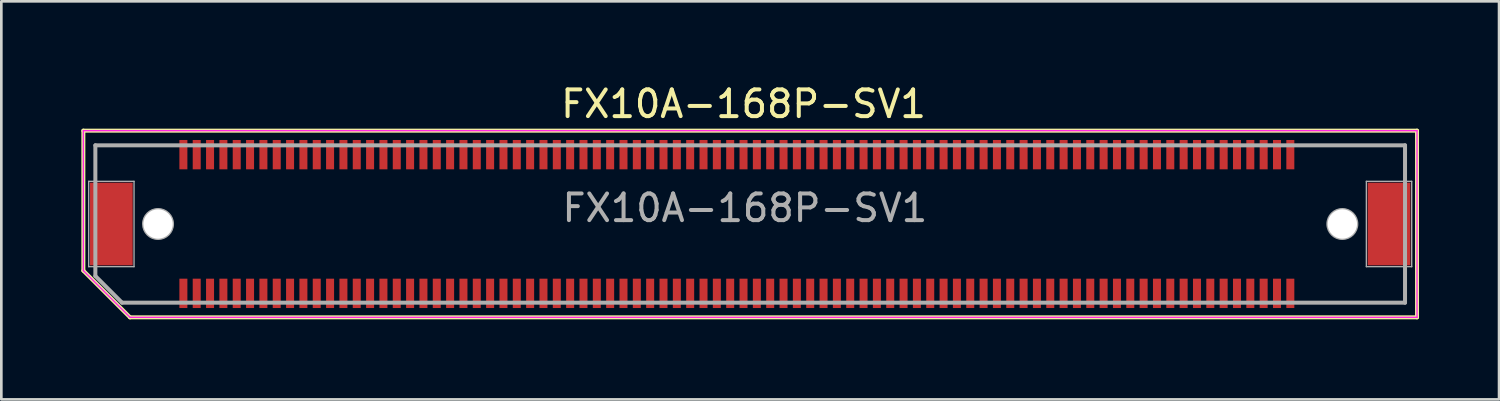
<source format=kicad_pcb>
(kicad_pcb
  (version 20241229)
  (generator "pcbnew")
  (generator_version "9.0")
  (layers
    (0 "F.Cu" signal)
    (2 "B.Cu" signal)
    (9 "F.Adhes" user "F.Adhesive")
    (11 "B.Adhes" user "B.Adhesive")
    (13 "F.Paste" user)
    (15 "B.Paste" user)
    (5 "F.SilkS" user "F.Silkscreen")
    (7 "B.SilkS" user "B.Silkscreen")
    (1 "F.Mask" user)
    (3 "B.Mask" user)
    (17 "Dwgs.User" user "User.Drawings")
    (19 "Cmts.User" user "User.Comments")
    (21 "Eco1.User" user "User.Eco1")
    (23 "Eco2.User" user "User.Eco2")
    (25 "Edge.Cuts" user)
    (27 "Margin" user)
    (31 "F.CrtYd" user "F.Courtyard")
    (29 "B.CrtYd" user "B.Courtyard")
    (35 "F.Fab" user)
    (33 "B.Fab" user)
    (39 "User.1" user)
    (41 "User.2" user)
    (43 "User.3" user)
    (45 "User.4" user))
  (footprint "FX10A-168P-SV1"
    (layer "F.Cu")
    (at 25.075 5.348)
    (property "Reference" "FX10A-168P-SV1" (at -0.25 -4.5 0) (layer "F.SilkS") (effects (font (size 1 1) (thickness 0.15))))
    (attr through_hole)
    (fp_line (start -25 -3.5) (end 25 -3.5) (stroke (width 0.15) (type solid)) (layer "F.SilkS"))
    (fp_line (start -25 1.75) (end -25 -3.5) (stroke (width 0.15) (type solid)) (layer "F.SilkS"))
    (fp_line (start -23.25 3.5) (end -25 1.75) (stroke (width 0.15) (type solid)) (layer "F.SilkS"))
    (fp_line (start 25 -3.5) (end 25 3.5) (stroke (width 0.15) (type solid)) (layer "F.SilkS"))
    (fp_line (start 25 3.5) (end -23.25 3.5) (stroke (width 0.15) (type solid)) (layer "F.SilkS"))
    (fp_line (start -25 -3.5) (end -25 1.75) (stroke (width 0.05) (type solid)) (layer "F.CrtYd"))
    (fp_line (start -25 1.75) (end -23.25 3.5) (stroke (width 0.05) (type solid)) (layer "F.CrtYd"))
    (fp_line (start -23.25 3.5) (end 25 3.5) (stroke (width 0.05) (type solid)) (layer "F.CrtYd"))
    (fp_line (start 25 -3.5) (end -25 -3.5) (stroke (width 0.05) (type solid)) (layer "F.CrtYd"))
    (fp_line (start 25 3.5) (end 25 -3.5) (stroke (width 0.05) (type solid)) (layer "F.CrtYd"))
    (fp_line (start -24.8 -1.6) (end -23.1 -1.6) (stroke (width 0.05) (type solid)) (layer "F.Fab"))
    (fp_line (start -24.8 1.6) (end -24.8 -1.6) (stroke (width 0.05) (type solid)) (layer "F.Fab"))
    (fp_line (start -24.55 -2.95) (end -24.55 1.95) (stroke (width 0.15) (type solid)) (layer "F.Fab"))
    (fp_line (start -24.55 -2.95) (end 24.55 -2.95) (stroke (width 0.15) (type solid)) (layer "F.Fab"))
    (fp_line (start -24.55 1.95) (end -23.55 2.95) (stroke (width 0.15) (type solid)) (layer "F.Fab"))
    (fp_line (start -23.55 2.95) (end 24.55 2.95) (stroke (width 0.15) (type solid)) (layer "F.Fab"))
    (fp_line (start -23.1 -1.6) (end -23.1 1.6) (stroke (width 0.05) (type solid)) (layer "F.Fab"))
    (fp_line (start -23.1 1.6) (end -24.8 1.6) (stroke (width 0.05) (type solid)) (layer "F.Fab"))
    (fp_line (start 23.1 -1.6) (end 24.8 -1.6) (stroke (width 0.05) (type solid)) (layer "F.Fab"))
    (fp_line (start 23.1 1.6) (end 23.1 -1.6) (stroke (width 0.05) (type solid)) (layer "F.Fab"))
    (fp_line (start 24.55 -2.95) (end 24.55 2.95) (stroke (width 0.15) (type solid)) (layer "F.Fab"))
    (fp_line (start 24.8 -1.6) (end 24.8 1.6) (stroke (width 0.05) (type solid)) (layer "F.Fab"))
    (fp_line (start 24.8 1.6) (end 23.1 1.6) (stroke (width 0.05) (type solid)) (layer "F.Fab"))
    (fp_circle (center -22.2 0) (end -22.75 0) (stroke (width 0.1) (type solid)) (fill no) (layer "F.Fab"))
    (fp_circle (center 22.2 0) (end 22.75 0) (stroke (width 0.1) (type solid)) (fill no) (layer "F.Fab"))
    (fp_text user "${REFERENCE}" (at -0.2 -0.6 0) (layer "F.Fab") (effects (font (size 1 1) (thickness 0.15))))
    (pad "" smd rect (at -23.95 0) (size 1.6 3.1) (layers "F.Cu" "F.Mask" "F.Paste"))
    (pad "" np_thru_hole circle (at -22.2 0) (size 1.1 1.1) (drill 1.1) (layers "*.Mask" "F.Cu" "F.SilkS"))
    (pad "" np_thru_hole circle (at 22.2 0) (size 1.1 1.1) (drill 1.1) (layers "*.Mask" "F.Cu" "F.SilkS"))
    (pad "" smd rect (at 23.95 0) (size 1.6 3.1) (layers "F.Cu" "F.Mask" "F.Paste"))
    (pad "A1" smd rect (at -21.25 2.6) (size 0.3 1.1) (layers "F.Cu" "F.Mask" "F.Paste"))
    (pad "A2" smd rect (at -20.75 2.6) (size 0.3 1.1) (layers "F.Cu" "F.Mask" "F.Paste"))
    (pad "A3" smd rect (at -20.25 2.6) (size 0.3 1.1) (layers "F.Cu" "F.Mask" "F.Paste"))
    (pad "A4" smd rect (at -19.75 2.6) (size 0.3 1.1) (layers "F.Cu" "F.Mask" "F.Paste"))
    (pad "A5" smd rect (at -19.25 2.6) (size 0.3 1.1) (layers "F.Cu" "F.Mask" "F.Paste"))
    (pad "A6" smd rect (at -18.75 2.6) (size 0.3 1.1) (layers "F.Cu" "F.Mask" "F.Paste"))
    (pad "A7" smd rect (at -18.25 2.6) (size 0.3 1.1) (layers "F.Cu" "F.Mask" "F.Paste"))
    (pad "A8" smd rect (at -17.75 2.6) (size 0.3 1.1) (layers "F.Cu" "F.Mask" "F.Paste"))
    (pad "A9" smd rect (at -17.25 2.6) (size 0.3 1.1) (layers "F.Cu" "F.Mask" "F.Paste"))
    (pad "A10" smd rect (at -16.75 2.6) (size 0.3 1.1) (layers "F.Cu" "F.Mask" "F.Paste"))
    (pad "A11" smd rect (at -16.25 2.6) (size 0.3 1.1) (layers "F.Cu" "F.Mask" "F.Paste"))
    (pad "A12" smd rect (at -15.75 2.6) (size 0.3 1.1) (layers "F.Cu" "F.Mask" "F.Paste"))
    (pad "A13" smd rect (at -15.25 2.6) (size 0.3 1.1) (layers "F.Cu" "F.Mask" "F.Paste"))
    (pad "A14" smd rect (at -14.75 2.6) (size 0.3 1.1) (layers "F.Cu" "F.Mask" "F.Paste"))
    (pad "A15" smd rect (at -14.25 2.6) (size 0.3 1.1) (layers "F.Cu" "F.Mask" "F.Paste"))
    (pad "A16" smd rect (at -13.75 2.6) (size 0.3 1.1) (layers "F.Cu" "F.Mask" "F.Paste"))
    (pad "A17" smd rect (at -13.25 2.6) (size 0.3 1.1) (layers "F.Cu" "F.Mask" "F.Paste"))
    (pad "A18" smd rect (at -12.75 2.6) (size 0.3 1.1) (layers "F.Cu" "F.Mask" "F.Paste"))
    (pad "A19" smd rect (at -12.25 2.6) (size 0.3 1.1) (layers "F.Cu" "F.Mask" "F.Paste"))
    (pad "A20" smd rect (at -11.75 2.6) (size 0.3 1.1) (layers "F.Cu" "F.Mask" "F.Paste"))
    (pad "A21" smd rect (at -11.25 2.6) (size 0.3 1.1) (layers "F.Cu" "F.Mask" "F.Paste"))
    (pad "A22" smd rect (at -10.75 2.6) (size 0.3 1.1) (layers "F.Cu" "F.Mask" "F.Paste"))
    (pad "A23" smd rect (at -10.25 2.6) (size 0.3 1.1) (layers "F.Cu" "F.Mask" "F.Paste"))
    (pad "A24" smd rect (at -9.75 2.6) (size 0.3 1.1) (layers "F.Cu" "F.Mask" "F.Paste"))
    (pad "A25" smd rect (at -9.25 2.6) (size 0.3 1.1) (layers "F.Cu" "F.Mask" "F.Paste"))
    (pad "A26" smd rect (at -8.75 2.6) (size 0.3 1.1) (layers "F.Cu" "F.Mask" "F.Paste"))
    (pad "A27" smd rect (at -8.25 2.6) (size 0.3 1.1) (layers "F.Cu" "F.Mask" "F.Paste"))
    (pad "A28" smd rect (at -7.75 2.6) (size 0.3 1.1) (layers "F.Cu" "F.Mask" "F.Paste"))
    (pad "A29" smd rect (at -7.25 2.6) (size 0.3 1.1) (layers "F.Cu" "F.Mask" "F.Paste"))
    (pad "A30" smd rect (at -6.75 2.6) (size 0.3 1.1) (layers "F.Cu" "F.Mask" "F.Paste"))
    (pad "A31" smd rect (at -6.25 2.6) (size 0.3 1.1) (layers "F.Cu" "F.Mask" "F.Paste"))
    (pad "A32" smd rect (at -5.75 2.6) (size 0.3 1.1) (layers "F.Cu" "F.Mask" "F.Paste"))
    (pad "A33" smd rect (at -5.25 2.6) (size 0.3 1.1) (layers "F.Cu" "F.Mask" "F.Paste"))
    (pad "A34" smd rect (at -4.75 2.6) (size 0.3 1.1) (layers "F.Cu" "F.Mask" "F.Paste"))
    (pad "A35" smd rect (at -4.25 2.6) (size 0.3 1.1) (layers "F.Cu" "F.Mask" "F.Paste"))
    (pad "A36" smd rect (at -3.75 2.6) (size 0.3 1.1) (layers "F.Cu" "F.Mask" "F.Paste"))
    (pad "A37" smd rect (at -3.25 2.6) (size 0.3 1.1) (layers "F.Cu" "F.Mask" "F.Paste"))
    (pad "A38" smd rect (at -2.75 2.6) (size 0.3 1.1) (layers "F.Cu" "F.Mask" "F.Paste"))
    (pad "A39" smd rect (at -2.25 2.6) (size 0.3 1.1) (layers "F.Cu" "F.Mask" "F.Paste"))
    (pad "A40" smd rect (at -1.75 2.6) (size 0.3 1.1) (layers "F.Cu" "F.Mask" "F.Paste"))
    (pad "A41" smd rect (at -1.25 2.6) (size 0.3 1.1) (layers "F.Cu" "F.Mask" "F.Paste"))
    (pad "A42" smd rect (at -0.75 2.6) (size 0.3 1.1) (layers "F.Cu" "F.Mask" "F.Paste"))
    (pad "A43" smd rect (at -0.25 2.6) (size 0.3 1.1) (layers "F.Cu" "F.Mask" "F.Paste"))
    (pad "A44" smd rect (at 0.25 2.6) (size 0.3 1.1) (layers "F.Cu" "F.Mask" "F.Paste"))
    (pad "A45" smd rect (at 0.75 2.6) (size 0.3 1.1) (layers "F.Cu" "F.Mask" "F.Paste"))
    (pad "A46" smd rect (at 1.25 2.6) (size 0.3 1.1) (layers "F.Cu" "F.Mask" "F.Paste"))
    (pad "A47" smd rect (at 1.75 2.6) (size 0.3 1.1) (layers "F.Cu" "F.Mask" "F.Paste"))
    (pad "A48" smd rect (at 2.25 2.6) (size 0.3 1.1) (layers "F.Cu" "F.Mask" "F.Paste"))
    (pad "A49" smd rect (at 2.75 2.6) (size 0.3 1.1) (layers "F.Cu" "F.Mask" "F.Paste"))
    (pad "A50" smd rect (at 3.25 2.6) (size 0.3 1.1) (layers "F.Cu" "F.Mask" "F.Paste"))
    (pad "A51" smd rect (at 3.75 2.6) (size 0.3 1.1) (layers "F.Cu" "F.Mask" "F.Paste"))
    (pad "A52" smd rect (at 4.25 2.6) (size 0.3 1.1) (layers "F.Cu" "F.Mask" "F.Paste"))
    (pad "A53" smd rect (at 4.75 2.6) (size 0.3 1.1) (layers "F.Cu" "F.Mask" "F.Paste"))
    (pad "A54" smd rect (at 5.25 2.6) (size 0.3 1.1) (layers "F.Cu" "F.Mask" "F.Paste"))
    (pad "A55" smd rect (at 5.75 2.6) (size 0.3 1.1) (layers "F.Cu" "F.Mask" "F.Paste"))
    (pad "A56" smd rect (at 6.25 2.6) (size 0.3 1.1) (layers "F.Cu" "F.Mask" "F.Paste"))
    (pad "A57" smd rect (at 6.75 2.6) (size 0.3 1.1) (layers "F.Cu" "F.Mask" "F.Paste"))
    (pad "A58" smd rect (at 7.25 2.6) (size 0.3 1.1) (layers "F.Cu" "F.Mask" "F.Paste"))
    (pad "A59" smd rect (at 7.75 2.6) (size 0.3 1.1) (layers "F.Cu" "F.Mask" "F.Paste"))
    (pad "A60" smd rect (at 8.25 2.6) (size 0.3 1.1) (layers "F.Cu" "F.Mask" "F.Paste"))
    (pad "A61" smd rect (at 8.75 2.6) (size 0.3 1.1) (layers "F.Cu" "F.Mask" "F.Paste"))
    (pad "A62" smd rect (at 9.25 2.6) (size 0.3 1.1) (layers "F.Cu" "F.Mask" "F.Paste"))
    (pad "A63" smd rect (at 9.75 2.6) (size 0.3 1.1) (layers "F.Cu" "F.Mask" "F.Paste"))
    (pad "A64" smd rect (at 10.25 2.6) (size 0.3 1.1) (layers "F.Cu" "F.Mask" "F.Paste"))
    (pad "A65" smd rect (at 10.75 2.6) (size 0.3 1.1) (layers "F.Cu" "F.Mask" "F.Paste"))
    (pad "A66" smd rect (at 11.25 2.6) (size 0.3 1.1) (layers "F.Cu" "F.Mask" "F.Paste"))
    (pad "A67" smd rect (at 11.75 2.6) (size 0.3 1.1) (layers "F.Cu" "F.Mask" "F.Paste"))
    (pad "A68" smd rect (at 12.25 2.6) (size 0.3 1.1) (layers "F.Cu" "F.Mask" "F.Paste"))
    (pad "A69" smd rect (at 12.75 2.6) (size 0.3 1.1) (layers "F.Cu" "F.Mask" "F.Paste"))
    (pad "A70" smd rect (at 13.25 2.6) (size 0.3 1.1) (layers "F.Cu" "F.Mask" "F.Paste"))
    (pad "A71" smd rect (at 13.75 2.6) (size 0.3 1.1) (layers "F.Cu" "F.Mask" "F.Paste"))
    (pad "A72" smd rect (at 14.25 2.6) (size 0.3 1.1) (layers "F.Cu" "F.Mask" "F.Paste"))
    (pad "A73" smd rect (at 14.75 2.6) (size 0.3 1.1) (layers "F.Cu" "F.Mask" "F.Paste"))
    (pad "A74" smd rect (at 15.25 2.6) (size 0.3 1.1) (layers "F.Cu" "F.Mask" "F.Paste"))
    (pad "A75" smd rect (at 15.75 2.6) (size 0.3 1.1) (layers "F.Cu" "F.Mask" "F.Paste"))
    (pad "A76" smd rect (at 16.25 2.6) (size 0.3 1.1) (layers "F.Cu" "F.Mask" "F.Paste"))
    (pad "A77" smd rect (at 16.75 2.6) (size 0.3 1.1) (layers "F.Cu" "F.Mask" "F.Paste"))
    (pad "A78" smd rect (at 17.25 2.6) (size 0.3 1.1) (layers "F.Cu" "F.Mask" "F.Paste"))
    (pad "A79" smd rect (at 17.75 2.6) (size 0.3 1.1) (layers "F.Cu" "F.Mask" "F.Paste"))
    (pad "A80" smd rect (at 18.25 2.6) (size 0.3 1.1) (layers "F.Cu" "F.Mask" "F.Paste"))
    (pad "A81" smd rect (at 18.75 2.6) (size 0.3 1.1) (layers "F.Cu" "F.Mask" "F.Paste"))
    (pad "A82" smd rect (at 19.25 2.6) (size 0.3 1.1) (layers "F.Cu" "F.Mask" "F.Paste"))
    (pad "A83" smd rect (at 19.75 2.6) (size 0.3 1.1) (layers "F.Cu" "F.Mask" "F.Paste"))
    (pad "A84" smd rect (at 20.25 2.6) (size 0.3 1.1) (layers "F.Cu" "F.Mask" "F.Paste"))
    (pad "B1" smd rect (at -21.25 -2.6) (size 0.3 1.1) (layers "F.Cu" "F.Mask" "F.Paste"))
    (pad "B2" smd rect (at -20.75 -2.6) (size 0.3 1.1) (layers "F.Cu" "F.Mask" "F.Paste"))
    (pad "B3" smd rect (at -20.25 -2.6) (size 0.3 1.1) (layers "F.Cu" "F.Mask" "F.Paste"))
    (pad "B4" smd rect (at -19.75 -2.6) (size 0.3 1.1) (layers "F.Cu" "F.Mask" "F.Paste"))
    (pad "B5" smd rect (at -19.25 -2.6) (size 0.3 1.1) (layers "F.Cu" "F.Mask" "F.Paste"))
    (pad "B6" smd rect (at -18.75 -2.6) (size 0.3 1.1) (layers "F.Cu" "F.Mask" "F.Paste"))
    (pad "B7" smd rect (at -18.25 -2.6) (size 0.3 1.1) (layers "F.Cu" "F.Mask" "F.Paste"))
    (pad "B8" smd rect (at -17.75 -2.6) (size 0.3 1.1) (layers "F.Cu" "F.Mask" "F.Paste"))
    (pad "B9" smd rect (at -17.25 -2.6) (size 0.3 1.1) (layers "F.Cu" "F.Mask" "F.Paste"))
    (pad "B10" smd rect (at -16.75 -2.6) (size 0.3 1.1) (layers "F.Cu" "F.Mask" "F.Paste"))
    (pad "B11" smd rect (at -16.25 -2.6) (size 0.3 1.1) (layers "F.Cu" "F.Mask" "F.Paste"))
    (pad "B12" smd rect (at -15.75 -2.6) (size 0.3 1.1) (layers "F.Cu" "F.Mask" "F.Paste"))
    (pad "B13" smd rect (at -15.25 -2.6) (size 0.3 1.1) (layers "F.Cu" "F.Mask" "F.Paste"))
    (pad "B14" smd rect (at -14.75 -2.6) (size 0.3 1.1) (layers "F.Cu" "F.Mask" "F.Paste"))
    (pad "B15" smd rect (at -14.25 -2.6) (size 0.3 1.1) (layers "F.Cu" "F.Mask" "F.Paste"))
    (pad "B16" smd rect (at -13.75 -2.6) (size 0.3 1.1) (layers "F.Cu" "F.Mask" "F.Paste"))
    (pad "B17" smd rect (at -13.25 -2.6) (size 0.3 1.1) (layers "F.Cu" "F.Mask" "F.Paste"))
    (pad "B18" smd rect (at -12.75 -2.6) (size 0.3 1.1) (layers "F.Cu" "F.Mask" "F.Paste"))
    (pad "B19" smd rect (at -12.25 -2.6) (size 0.3 1.1) (layers "F.Cu" "F.Mask" "F.Paste"))
    (pad "B20" smd rect (at -11.75 -2.6) (size 0.3 1.1) (layers "F.Cu" "F.Mask" "F.Paste"))
    (pad "B21" smd rect (at -11.25 -2.6) (size 0.3 1.1) (layers "F.Cu" "F.Mask" "F.Paste"))
    (pad "B22" smd rect (at -10.75 -2.6) (size 0.3 1.1) (layers "F.Cu" "F.Mask" "F.Paste"))
    (pad "B23" smd rect (at -10.25 -2.6) (size 0.3 1.1) (layers "F.Cu" "F.Mask" "F.Paste"))
    (pad "B24" smd rect (at -9.75 -2.6) (size 0.3 1.1) (layers "F.Cu" "F.Mask" "F.Paste"))
    (pad "B25" smd rect (at -9.25 -2.6) (size 0.3 1.1) (layers "F.Cu" "F.Mask" "F.Paste"))
    (pad "B26" smd rect (at -8.75 -2.6) (size 0.3 1.1) (layers "F.Cu" "F.Mask" "F.Paste"))
    (pad "B27" smd rect (at -8.25 -2.6) (size 0.3 1.1) (layers "F.Cu" "F.Mask" "F.Paste"))
    (pad "B28" smd rect (at -7.75 -2.6) (size 0.3 1.1) (layers "F.Cu" "F.Mask" "F.Paste"))
    (pad "B29" smd rect (at -7.25 -2.6) (size 0.3 1.1) (layers "F.Cu" "F.Mask" "F.Paste"))
    (pad "B30" smd rect (at -6.75 -2.6) (size 0.3 1.1) (layers "F.Cu" "F.Mask" "F.Paste"))
    (pad "B31" smd rect (at -6.25 -2.6) (size 0.3 1.1) (layers "F.Cu" "F.Mask" "F.Paste"))
    (pad "B32" smd rect (at -5.75 -2.6) (size 0.3 1.1) (layers "F.Cu" "F.Mask" "F.Paste"))
    (pad "B33" smd rect (at -5.25 -2.6) (size 0.3 1.1) (layers "F.Cu" "F.Mask" "F.Paste"))
    (pad "B34" smd rect (at -4.75 -2.6) (size 0.3 1.1) (layers "F.Cu" "F.Mask" "F.Paste"))
    (pad "B35" smd rect (at -4.25 -2.6) (size 0.3 1.1) (layers "F.Cu" "F.Mask" "F.Paste"))
    (pad "B36" smd rect (at -3.75 -2.6) (size 0.3 1.1) (layers "F.Cu" "F.Mask" "F.Paste"))
    (pad "B37" smd rect (at -3.25 -2.6) (size 0.3 1.1) (layers "F.Cu" "F.Mask" "F.Paste"))
    (pad "B38" smd rect (at -2.75 -2.6) (size 0.3 1.1) (layers "F.Cu" "F.Mask" "F.Paste"))
    (pad "B39" smd rect (at -2.25 -2.6) (size 0.3 1.1) (layers "F.Cu" "F.Mask" "F.Paste"))
    (pad "B40" smd rect (at -1.75 -2.6) (size 0.3 1.1) (layers "F.Cu" "F.Mask" "F.Paste"))
    (pad "B41" smd rect (at -1.25 -2.6) (size 0.3 1.1) (layers "F.Cu" "F.Mask" "F.Paste"))
    (pad "B42" smd rect (at -0.75 -2.6) (size 0.3 1.1) (layers "F.Cu" "F.Mask" "F.Paste"))
    (pad "B43" smd rect (at -0.25 -2.6) (size 0.3 1.1) (layers "F.Cu" "F.Mask" "F.Paste"))
    (pad "B44" smd rect (at 0.25 -2.6) (size 0.3 1.1) (layers "F.Cu" "F.Mask" "F.Paste"))
    (pad "B45" smd rect (at 0.75 -2.6) (size 0.3 1.1) (layers "F.Cu" "F.Mask" "F.Paste"))
    (pad "B46" smd rect (at 1.25 -2.6) (size 0.3 1.1) (layers "F.Cu" "F.Mask" "F.Paste"))
    (pad "B47" smd rect (at 1.75 -2.6) (size 0.3 1.1) (layers "F.Cu" "F.Mask" "F.Paste"))
    (pad "B48" smd rect (at 2.25 -2.6) (size 0.3 1.1) (layers "F.Cu" "F.Mask" "F.Paste"))
    (pad "B49" smd rect (at 2.75 -2.6) (size 0.3 1.1) (layers "F.Cu" "F.Mask" "F.Paste"))
    (pad "B50" smd rect (at 3.25 -2.6) (size 0.3 1.1) (layers "F.Cu" "F.Mask" "F.Paste"))
    (pad "B51" smd rect (at 3.75 -2.6) (size 0.3 1.1) (layers "F.Cu" "F.Mask" "F.Paste"))
    (pad "B52" smd rect (at 4.25 -2.6) (size 0.3 1.1) (layers "F.Cu" "F.Mask" "F.Paste"))
    (pad "B53" smd rect (at 4.75 -2.6) (size 0.3 1.1) (layers "F.Cu" "F.Mask" "F.Paste"))
    (pad "B54" smd rect (at 5.25 -2.6) (size 0.3 1.1) (layers "F.Cu" "F.Mask" "F.Paste"))
    (pad "B55" smd rect (at 5.75 -2.6) (size 0.3 1.1) (layers "F.Cu" "F.Mask" "F.Paste"))
    (pad "B56" smd rect (at 6.25 -2.6) (size 0.3 1.1) (layers "F.Cu" "F.Mask" "F.Paste"))
    (pad "B57" smd rect (at 6.75 -2.6) (size 0.3 1.1) (layers "F.Cu" "F.Mask" "F.Paste"))
    (pad "B58" smd rect (at 7.25 -2.6) (size 0.3 1.1) (layers "F.Cu" "F.Mask" "F.Paste"))
    (pad "B59" smd rect (at 7.75 -2.6) (size 0.3 1.1) (layers "F.Cu" "F.Mask" "F.Paste"))
    (pad "B60" smd rect (at 8.25 -2.6) (size 0.3 1.1) (layers "F.Cu" "F.Mask" "F.Paste"))
    (pad "B61" smd rect (at 8.75 -2.6) (size 0.3 1.1) (layers "F.Cu" "F.Mask" "F.Paste"))
    (pad "B62" smd rect (at 9.25 -2.6) (size 0.3 1.1) (layers "F.Cu" "F.Mask" "F.Paste"))
    (pad "B63" smd rect (at 9.75 -2.6) (size 0.3 1.1) (layers "F.Cu" "F.Mask" "F.Paste"))
    (pad "B64" smd rect (at 10.25 -2.6) (size 0.3 1.1) (layers "F.Cu" "F.Mask" "F.Paste"))
    (pad "B65" smd rect (at 10.75 -2.6) (size 0.3 1.1) (layers "F.Cu" "F.Mask" "F.Paste"))
    (pad "B66" smd rect (at 11.25 -2.6) (size 0.3 1.1) (layers "F.Cu" "F.Mask" "F.Paste"))
    (pad "B67" smd rect (at 11.75 -2.6) (size 0.3 1.1) (layers "F.Cu" "F.Mask" "F.Paste"))
    (pad "B68" smd rect (at 12.25 -2.6) (size 0.3 1.1) (layers "F.Cu" "F.Mask" "F.Paste"))
    (pad "B69" smd rect (at 12.75 -2.6) (size 0.3 1.1) (layers "F.Cu" "F.Mask" "F.Paste"))
    (pad "B70" smd rect (at 13.25 -2.6) (size 0.3 1.1) (layers "F.Cu" "F.Mask" "F.Paste"))
    (pad "B71" smd rect (at 13.75 -2.6) (size 0.3 1.1) (layers "F.Cu" "F.Mask" "F.Paste"))
    (pad "B72" smd rect (at 14.25 -2.6) (size 0.3 1.1) (layers "F.Cu" "F.Mask" "F.Paste"))
    (pad "B73" smd rect (at 14.75 -2.6) (size 0.3 1.1) (layers "F.Cu" "F.Mask" "F.Paste"))
    (pad "B74" smd rect (at 15.25 -2.6) (size 0.3 1.1) (layers "F.Cu" "F.Mask" "F.Paste"))
    (pad "B75" smd rect (at 15.75 -2.6) (size 0.3 1.1) (layers "F.Cu" "F.Mask" "F.Paste"))
    (pad "B76" smd rect (at 16.25 -2.6) (size 0.3 1.1) (layers "F.Cu" "F.Mask" "F.Paste"))
    (pad "B77" smd rect (at 16.75 -2.6) (size 0.3 1.1) (layers "F.Cu" "F.Mask" "F.Paste"))
    (pad "B78" smd rect (at 17.25 -2.6) (size 0.3 1.1) (layers "F.Cu" "F.Mask" "F.Paste"))
    (pad "B79" smd rect (at 17.75 -2.6) (size 0.3 1.1) (layers "F.Cu" "F.Mask" "F.Paste"))
    (pad "B80" smd rect (at 18.25 -2.6) (size 0.3 1.1) (layers "F.Cu" "F.Mask" "F.Paste"))
    (pad "B81" smd rect (at 18.75 -2.6) (size 0.3 1.1) (layers "F.Cu" "F.Mask" "F.Paste"))
    (pad "B82" smd rect (at 19.25 -2.6) (size 0.3 1.1) (layers "F.Cu" "F.Mask" "F.Paste"))
    (pad "B83" smd rect (at 19.75 -2.6) (size 0.3 1.1) (layers "F.Cu" "F.Mask" "F.Paste"))
    (pad "B84" smd rect (at 20.25 -2.6) (size 0.3 1.1) (layers "F.Cu" "F.Mask" "F.Paste")))
  (gr_rect
    (start -3 -3)
    (end 53.15 11.923)
    (stroke (width 0.1) (type default))
    (fill no)
    (layer "Edge.Cuts")))
</source>
